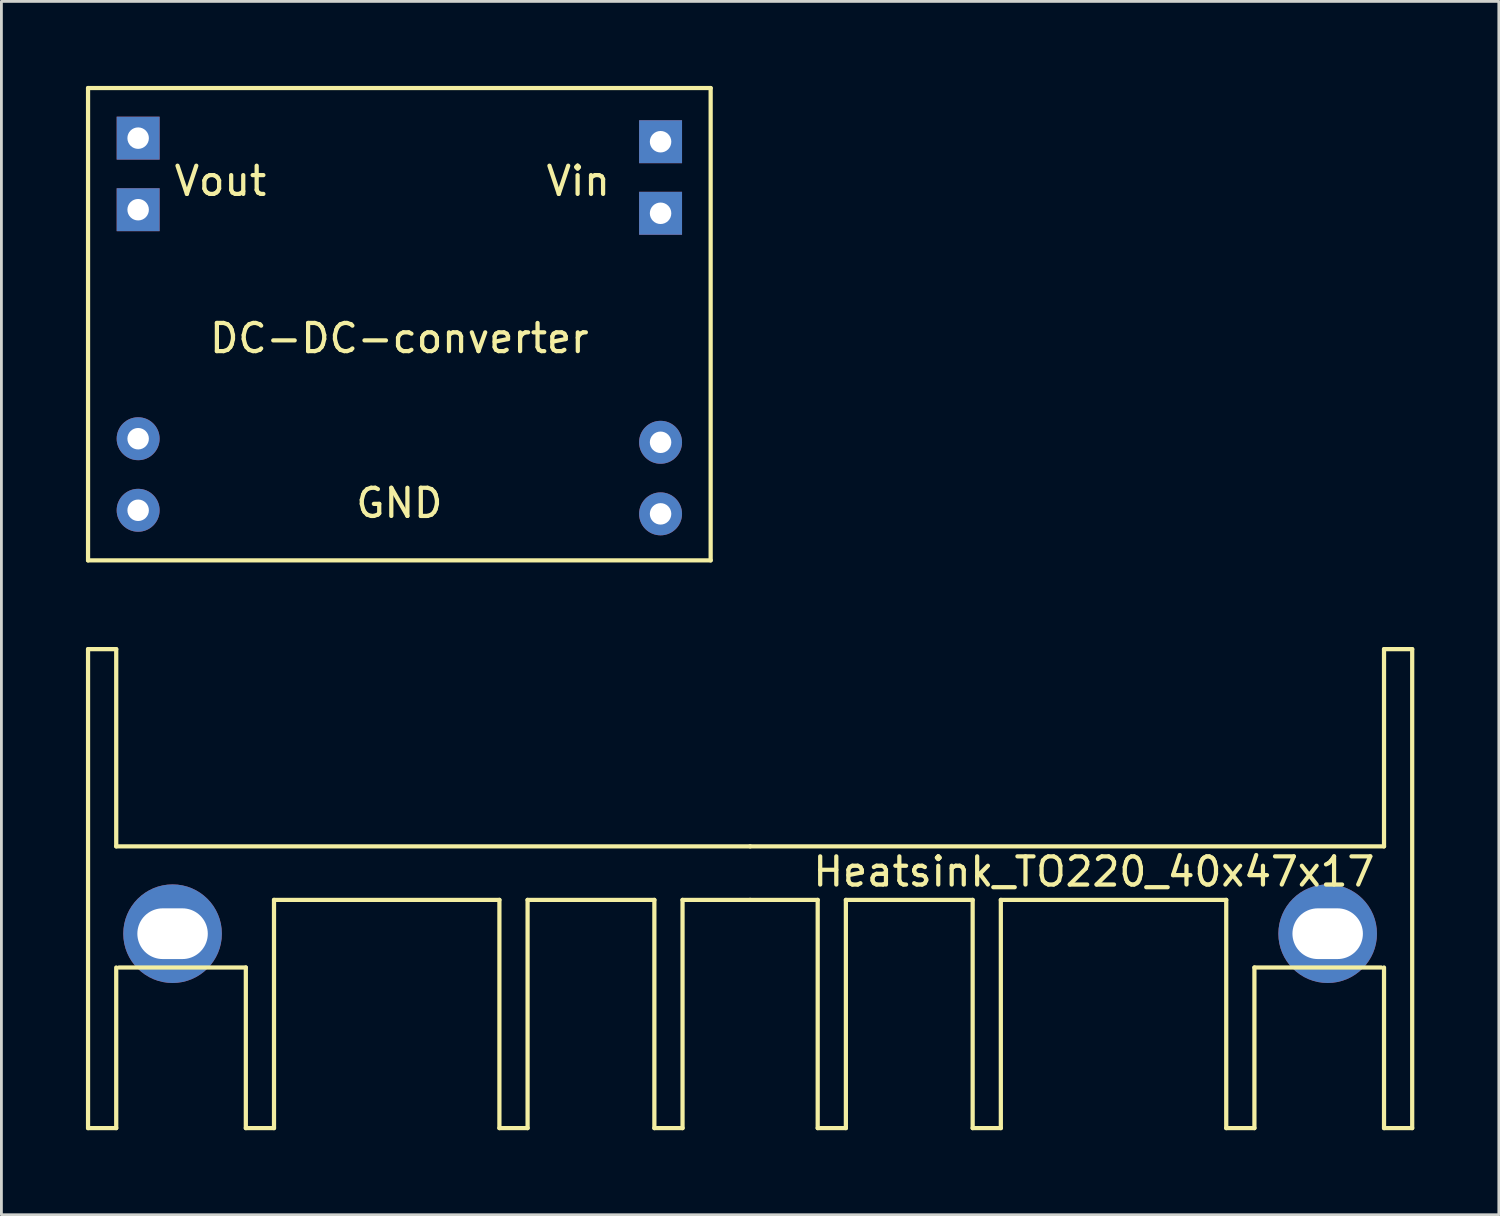
<source format=kicad_pcb>
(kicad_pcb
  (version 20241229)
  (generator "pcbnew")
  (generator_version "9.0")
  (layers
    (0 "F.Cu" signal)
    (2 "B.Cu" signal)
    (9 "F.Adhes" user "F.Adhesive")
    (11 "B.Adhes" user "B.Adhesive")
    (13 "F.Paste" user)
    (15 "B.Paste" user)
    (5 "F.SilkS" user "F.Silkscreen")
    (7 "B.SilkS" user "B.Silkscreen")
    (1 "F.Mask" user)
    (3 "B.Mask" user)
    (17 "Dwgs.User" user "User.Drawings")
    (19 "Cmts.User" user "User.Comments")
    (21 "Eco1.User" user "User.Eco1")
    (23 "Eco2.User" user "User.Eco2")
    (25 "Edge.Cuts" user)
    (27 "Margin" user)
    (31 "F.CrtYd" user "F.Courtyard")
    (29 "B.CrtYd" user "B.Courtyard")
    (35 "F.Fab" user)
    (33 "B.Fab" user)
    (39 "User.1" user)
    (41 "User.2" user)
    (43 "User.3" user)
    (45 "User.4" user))
  (footprint "DC-DC-converter"
    (layer "F.Cu")
    (at 11.124 8.457)
    (property "Reference" "DC-DC-converter" (at 0 0.5 0) (layer "F.SilkS") (effects (font (size 1 1) (thickness 0.15))))
    (attr through_hole)
    (fp_line (start -11.049 -8.382) (end 11.049 -8.382) (stroke (width 0.15) (type solid)) (layer "F.SilkS"))
    (fp_line (start -11.049 8.382) (end -11.049 -8.382) (stroke (width 0.15) (type solid)) (layer "F.SilkS"))
    (fp_line (start 11.049 -8.382) (end 11.049 8.382) (stroke (width 0.15) (type solid)) (layer "F.SilkS"))
    (fp_line (start 11.049 8.382) (end -11.049 8.382) (stroke (width 0.15) (type solid)) (layer "F.SilkS"))
    (fp_text user "Vout" (at -6.35 -5.08 0) (layer "F.SilkS") (effects (font (size 1 1) (thickness 0.15))))
    (fp_text user "GND" (at 0 6.35 0) (layer "F.SilkS") (effects (font (size 1 1) (thickness 0.15))))
    (fp_text user "Vin" (at 6.35 -5.08 0) (layer "F.SilkS") (effects (font (size 1 1) (thickness 0.15))))
    (pad "1" thru_hole circle (at 9.271 4.191) (size 1.524 1.524) (drill 0.762) (layers "*.Cu" "*.Mask"))
    (pad "1" thru_hole circle (at 9.271 6.731) (size 1.524 1.524) (drill 0.762) (layers "*.Cu" "*.Mask"))
    (pad "2" thru_hole rect (at 9.271 -6.477) (size 1.524 1.524) (drill 0.762) (layers "*.Cu" "*.Mask"))
    (pad "2" thru_hole rect (at 9.271 -3.937) (size 1.524 1.524) (drill 0.762) (layers "*.Cu" "*.Mask"))
    (pad "3" thru_hole rect (at -9.271 -6.604) (size 1.524 1.524) (drill 0.762) (layers "*.Cu" "*.Mask"))
    (pad "3" thru_hole rect (at -9.271 -4.064) (size 1.524 1.524) (drill 0.762) (layers "*.Cu" "*.Mask"))
    (pad "4" thru_hole circle (at -9.271 4.064) (size 1.524 1.524) (drill 0.762) (layers "*.Cu" "*.Mask"))
    (pad "4" thru_hole circle (at -9.271 6.604) (size 1.524 1.524) (drill 0.762) (layers "*.Cu" "*.Mask")))
  (footprint "Heatsink_TO220_40x47x17"
    (layer "F.Cu")
    (at 23.575 26.989)
    (property "Reference" "Heatsink_TO220_40x47x17" (at 12.2 0.9 0) (layer "F.SilkS") (effects (font (size 1 1) (thickness 0.15))))
    (attr through_hole)
    (fp_line (start -23.5 -7) (end -22.5 -7) (stroke (width 0.15) (type solid)) (layer "F.SilkS"))
    (fp_line (start -23.5 10) (end -23.5 -7) (stroke (width 0.15) (type solid)) (layer "F.SilkS"))
    (fp_line (start -23.5 10) (end -22.5 10) (stroke (width 0.15) (type solid)) (layer "F.SilkS"))
    (fp_line (start -22.5 -7) (end -22.5 0) (stroke (width 0.15) (type solid)) (layer "F.SilkS"))
    (fp_line (start -22.5 10) (end -22.5 4.3) (stroke (width 0.15) (type solid)) (layer "F.SilkS"))
    (fp_line (start -22.4 4.3) (end -17.9 4.3) (stroke (width 0.15) (type solid)) (layer "F.SilkS"))
    (fp_line (start -17.9 10) (end -17.9 4.3) (stroke (width 0.15) (type solid)) (layer "F.SilkS"))
    (fp_line (start -16.9 1.9) (end -16.9 10) (stroke (width 0.15) (type solid)) (layer "F.SilkS"))
    (fp_line (start -16.9 1.9) (end -8.9 1.9) (stroke (width 0.15) (type solid)) (layer "F.SilkS"))
    (fp_line (start -16.9 10) (end -17.9 10) (stroke (width 0.15) (type solid)) (layer "F.SilkS"))
    (fp_line (start -8.9 10) (end -8.9 1.9) (stroke (width 0.15) (type solid)) (layer "F.SilkS"))
    (fp_line (start -7.9 1.9) (end -7.9 10) (stroke (width 0.15) (type solid)) (layer "F.SilkS"))
    (fp_line (start -7.9 10) (end -8.9 10) (stroke (width 0.15) (type solid)) (layer "F.SilkS"))
    (fp_line (start -3.4 1.9) (end -7.9 1.9) (stroke (width 0.15) (type solid)) (layer "F.SilkS"))
    (fp_line (start -3.4 10) (end -3.4 1.9) (stroke (width 0.15) (type solid)) (layer "F.SilkS"))
    (fp_line (start -2.4 1.9) (end -2.4 10) (stroke (width 0.15) (type solid)) (layer "F.SilkS"))
    (fp_line (start -2.4 10) (end -3.4 10) (stroke (width 0.15) (type solid)) (layer "F.SilkS"))
    (fp_line (start -0.003 0) (end 22.497 0) (stroke (width 0.15) (type solid)) (layer "F.SilkS"))
    (fp_line (start -0.003 1.9) (end 2.397 1.9) (stroke (width 0.15) (type solid)) (layer "F.SilkS"))
    (fp_line (start 0 0) (end -22.5 0) (stroke (width 0.15) (type solid)) (layer "F.SilkS"))
    (fp_line (start 0 1.9) (end -2.4 1.9) (stroke (width 0.15) (type solid)) (layer "F.SilkS"))
    (fp_line (start 2.397 1.9) (end 2.397 10) (stroke (width 0.15) (type solid)) (layer "F.SilkS"))
    (fp_line (start 2.397 10) (end 3.397 10) (stroke (width 0.15) (type solid)) (layer "F.SilkS"))
    (fp_line (start 3.397 1.9) (end 7.897 1.9) (stroke (width 0.15) (type solid)) (layer "F.SilkS"))
    (fp_line (start 3.397 10) (end 3.397 1.9) (stroke (width 0.15) (type solid)) (layer "F.SilkS"))
    (fp_line (start 7.897 1.9) (end 7.897 10) (stroke (width 0.15) (type solid)) (layer "F.SilkS"))
    (fp_line (start 7.897 10) (end 8.897 10) (stroke (width 0.15) (type solid)) (layer "F.SilkS"))
    (fp_line (start 8.897 10) (end 8.897 1.9) (stroke (width 0.15) (type solid)) (layer "F.SilkS"))
    (fp_line (start 16.897 1.9) (end 8.897 1.9) (stroke (width 0.15) (type solid)) (layer "F.SilkS"))
    (fp_line (start 16.897 1.9) (end 16.897 10) (stroke (width 0.15) (type solid)) (layer "F.SilkS"))
    (fp_line (start 16.897 10) (end 17.897 10) (stroke (width 0.15) (type solid)) (layer "F.SilkS"))
    (fp_line (start 17.897 10) (end 17.897 4.3) (stroke (width 0.15) (type solid)) (layer "F.SilkS"))
    (fp_line (start 22.397 4.3) (end 17.897 4.3) (stroke (width 0.15) (type solid)) (layer "F.SilkS"))
    (fp_line (start 22.497 -7) (end 22.497 0) (stroke (width 0.15) (type solid)) (layer "F.SilkS"))
    (fp_line (start 22.497 10) (end 22.497 4.3) (stroke (width 0.15) (type solid)) (layer "F.SilkS"))
    (fp_line (start 23.497 -7) (end 22.497 -7) (stroke (width 0.15) (type solid)) (layer "F.SilkS"))
    (fp_line (start 23.497 10) (end 22.497 10) (stroke (width 0.15) (type solid)) (layer "F.SilkS"))
    (fp_line (start 23.497 10) (end 23.497 -7) (stroke (width 0.15) (type solid)) (layer "F.SilkS"))
    (pad "1" thru_hole circle (at -20.5 3.1) (size 3.5 3.5) (drill oval 2.5 1.8) (layers "*.Cu" "*.Mask"))
    (pad "1" thru_hole circle (at 20.497 3.1) (size 3.5 3.5) (drill oval 2.5 1.8) (layers "*.Cu" "*.Mask")))
  (gr_rect
    (start -3 -3)
    (end 50.147 40.064)
    (stroke (width 0.1) (type default))
    (fill no)
    (layer "Edge.Cuts")))
</source>
